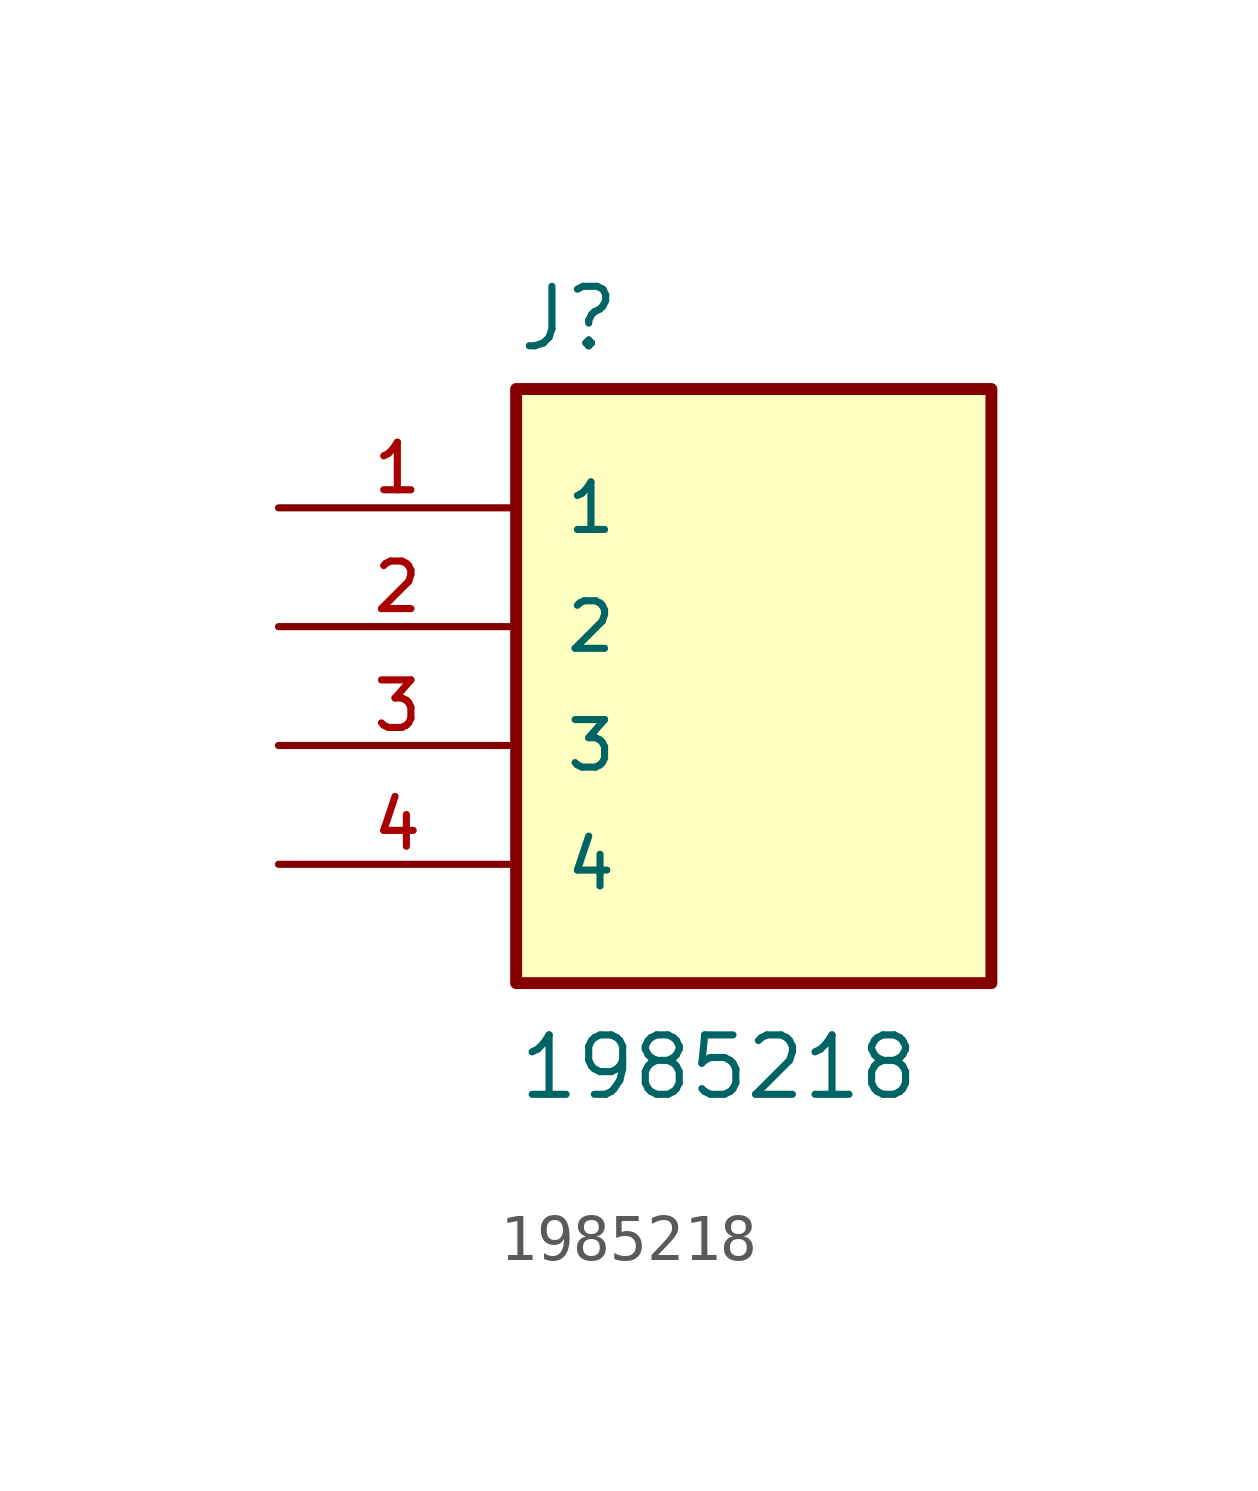
<source format=kicad_sym>
(kicad_symbol_lib
  (version 20211014)
  (generator kicad_symbol_editor)
  (symbol "1985218"
    (pin_names
      (offset 1.016))
    (property "Reference" "J"
      (at -5.08 8.382 0)
      (effects (font (size 1.27 1.27)) (justify bottom left)))
    (property "Value" "1985218"
      (at -5.08 -7.62 0)
      (effects (font (size 1.27 1.27)) (justify bottom left)))
    (symbol "1985218_0_0"
      (rectangle (start -5.08 -5.08) (end 5.08 7.62) (stroke (width 0.254)) (fill (type background)))
      (pin passive line (at -10.16 5.08 0) (length 5.08) (name "1" (effects (font (size 1.016 1.016)))) (number "1" (effects (font (size 1.016 1.016)))))
      (pin passive line (at -10.16 2.54 0) (length 5.08) (name "2" (effects (font (size 1.016 1.016)))) (number "2" (effects (font (size 1.016 1.016)))))
      (pin passive line (at -10.16 0.0 0) (length 5.08) (name "3" (effects (font (size 1.016 1.016)))) (number "3" (effects (font (size 1.016 1.016)))))
      (pin passive line (at -10.16 -2.54 0) (length 5.08) (name "4" (effects (font (size 1.016 1.016)))) (number "4" (effects (font (size 1.016 1.016))))))))
</source>
